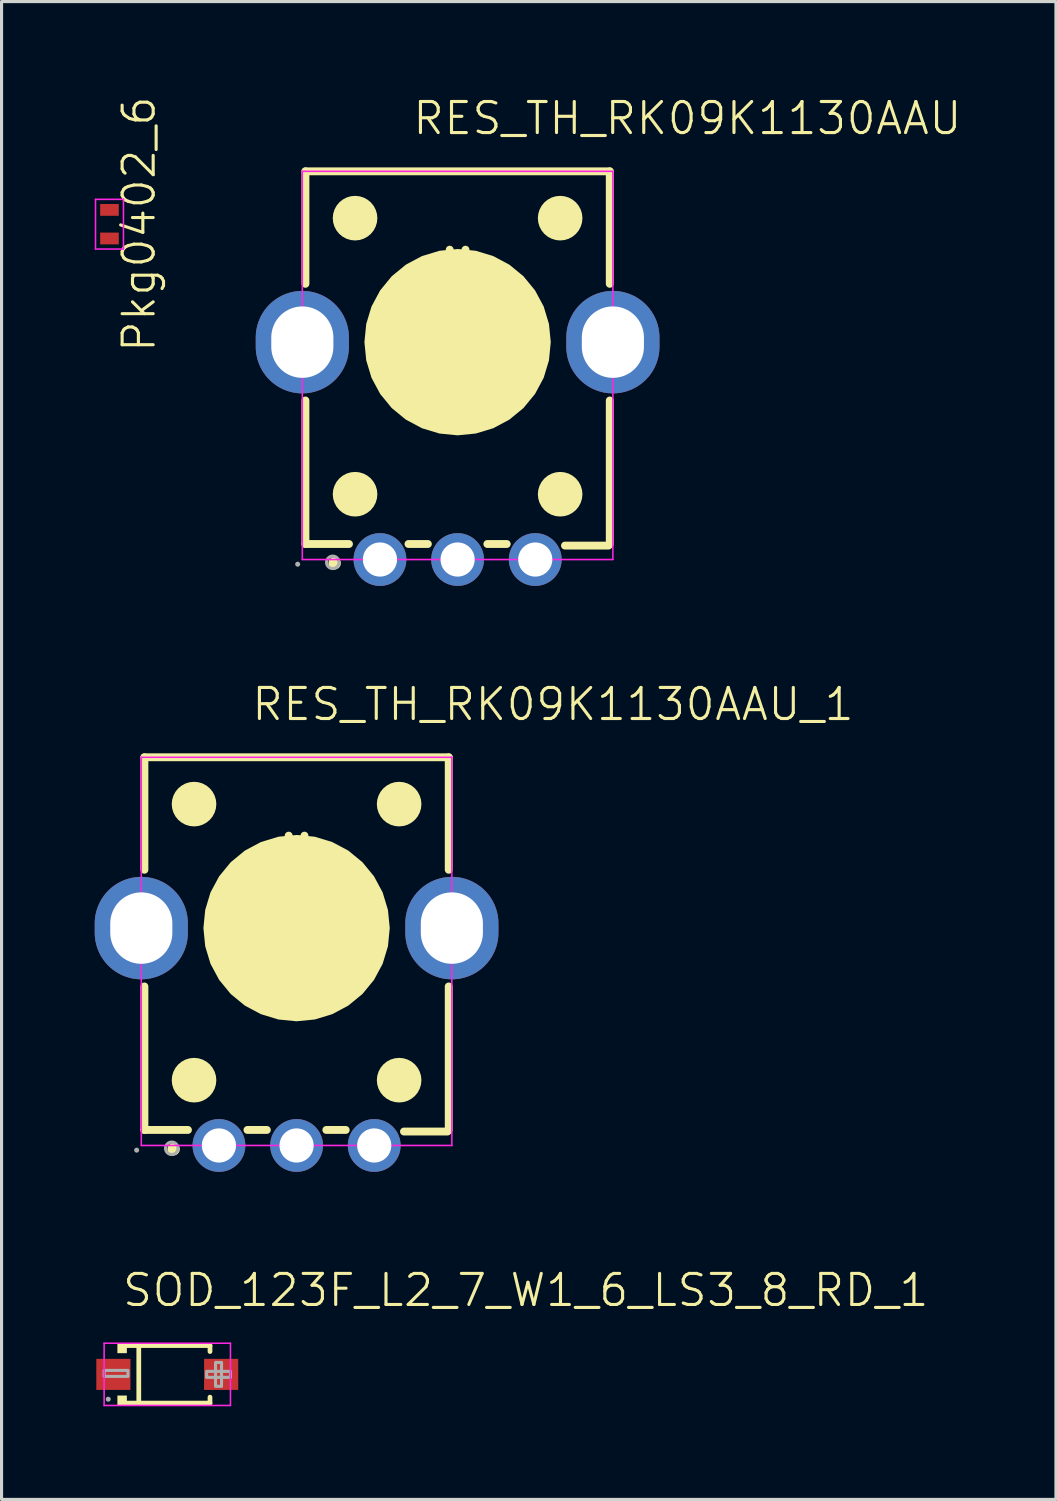
<source format=kicad_pcb>
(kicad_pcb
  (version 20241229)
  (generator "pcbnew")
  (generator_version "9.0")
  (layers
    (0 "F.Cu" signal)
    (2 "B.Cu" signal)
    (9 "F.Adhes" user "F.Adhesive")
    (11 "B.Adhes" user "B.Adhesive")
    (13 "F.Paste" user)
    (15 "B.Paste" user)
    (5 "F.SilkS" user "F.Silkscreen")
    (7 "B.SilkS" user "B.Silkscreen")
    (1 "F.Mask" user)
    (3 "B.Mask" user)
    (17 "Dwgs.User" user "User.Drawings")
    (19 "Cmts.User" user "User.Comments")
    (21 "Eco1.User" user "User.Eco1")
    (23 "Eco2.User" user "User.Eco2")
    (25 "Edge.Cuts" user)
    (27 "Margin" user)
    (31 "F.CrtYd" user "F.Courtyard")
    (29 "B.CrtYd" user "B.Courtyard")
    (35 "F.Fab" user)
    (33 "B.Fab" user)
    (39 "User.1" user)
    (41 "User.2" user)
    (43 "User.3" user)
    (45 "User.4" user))
  (footprint "SOD_123F_L2_7_W1_6_LS3_8_RD_1"
    (layer "F.Cu")
    (at 2.337 41.205)
    (property "Reference" "SOD_123F_L2_7_W1_6_LS3_8_RD_1" (at -1.5 -2.708 0) (layer "F.SilkS") (effects (font (size 1 1) (thickness 0.1)) (justify left)))
    (fp_line (start -1.377 -0.926) (end 1.375 -0.926) (stroke (width 0.152) (type solid)) (layer "F.SilkS"))
    (fp_line (start -1.377 0.926) (end 1.375 0.926) (stroke (width 0.152) (type solid)) (layer "F.SilkS"))
    (fp_line (start -0.918 -0.876) (end -0.918 0.876) (stroke (width 0.152) (type solid)) (layer "F.SilkS"))
    (fp_line (start 1.375 -0.926) (end 1.375 -0.734) (stroke (width 0.152) (type solid)) (layer "F.SilkS"))
    (fp_line (start 1.375 0.926) (end 1.375 0.734) (stroke (width 0.152) (type solid)) (layer "F.SilkS"))
    (fp_poly (pts (xy -1.302 -1.002) (xy -1.302 -0.682) (xy -1.607 -0.682) (xy -1.607 -1.002)) (stroke (width 0) (type solid)) (fill yes) (layer "F.SilkS"))
    (fp_poly (pts (xy -1.302 1.002) (xy -1.302 0.682) (xy -1.607 0.682) (xy -1.607 1.002)) (stroke (width 0) (type solid)) (fill yes) (layer "F.SilkS"))
    (fp_line (start -2.034 -1.002) (end -2.034 1.002) (stroke (width 0.05) (type solid)) (layer "F.CrtYd"))
    (fp_line (start -2.034 1.002) (end 2.034 1.002) (stroke (width 0.05) (type solid)) (layer "F.CrtYd"))
    (fp_line (start 2.034 -1.002) (end -2.034 -1.002) (stroke (width 0.05) (type solid)) (layer "F.CrtYd"))
    (fp_line (start 2.034 1.002) (end 2.034 -1.002) (stroke (width 0.05) (type solid)) (layer "F.CrtYd"))
    (fp_poly (pts (xy -2.034 -0.127) (xy -2.034 0.066) (xy -1.266 0.066) (xy -1.266 -0.127)) (stroke (width 0.1) (type solid)) (fill no) (layer "F.Fab"))
    (fp_poly (pts (xy 1.746 0.385) (xy 1.554 0.385) (xy 1.554 -0.384) (xy 1.746 -0.384)) (stroke (width 0.1) (type solid)) (fill no) (layer "F.Fab"))
    (fp_poly (pts (xy 2.034 -0.096) (xy 2.034 0.097) (xy 1.266 0.097) (xy 1.266 -0.096)) (stroke (width 0.1) (type solid)) (fill no) (layer "F.Fab"))
    (fp_poly (pts (xy -1.871 0.8) (xy -1.872 0.795) (xy -1.874 0.789) (xy -1.877 0.784) (xy -1.88 0.779) (xy -1.885 0.776) (xy -1.89 0.773) (xy -1.896 0.771) (xy -1.901 0.77) (xy -1.907 0.771) (xy -1.913 0.773) (xy -1.918 0.776) (xy -1.923 0.779) (xy -1.926 0.784) (xy -1.929 0.789) (xy -1.931 0.795) (xy -1.931 0.8) (xy -1.931 0.806) (xy -1.929 0.812) (xy -1.926 0.817) (xy -1.923 0.822) (xy -1.918 0.825) (xy -1.913 0.828) (xy -1.907 0.83) (xy -1.901 0.831) (xy -1.896 0.83) (xy -1.89 0.828) (xy -1.885 0.825) (xy -1.88 0.822) (xy -1.877 0.817) (xy -1.874 0.812) (xy -1.872 0.806)) (stroke (width 0.1) (type solid)) (fill no) (layer "F.Fab"))
    (pad "" smd rect (at -1.736 0.001) (size 1.202 1.102) (layers "F.Mask"))
    (pad "" smd rect (at 1.734 0.001) (size 1.202 1.102) (layers "F.Mask"))
    (pad "1" smd rect (at -1.736 0.001) (size 1.1 1) (layers "F.Cu" "F.Paste"))
    (pad "2" smd rect (at 1.734 0.001) (size 1.1 1) (layers "F.Cu" "F.Paste")))
  (footprint "RES_TH_RK09K1130AAU"
    (layer "F.Cu")
    (at 11.685 8.717)
    (property "Reference" "RES_TH_RK09K1130AAU" (at -1.5 -7.956 0) (layer "F.SilkS") (effects (font (size 1 1) (thickness 0.1)) (justify left)))
    (fp_line (start -4.9 -6.25) (end 4.9 -6.25) (stroke (width 0.254) (type solid)) (layer "F.SilkS"))
    (fp_line (start -4.9 -6.25) (end -4.9 -2.628) (stroke (width 0.254) (type solid)) (layer "F.SilkS"))
    (fp_line (start -4.9 1.129) (end -4.9 5.75) (stroke (width 0.254) (type solid)) (layer "F.SilkS"))
    (fp_line (start -4.9 5.75) (end -3.498 5.75) (stroke (width 0.254) (type solid)) (layer "F.SilkS"))
    (fp_line (start -1.582 5.75) (end -0.958 5.75) (stroke (width 0.254) (type solid)) (layer "F.SilkS"))
    (fp_line (start -0.254 -3.727) (end -0.254 -2.203) (stroke (width 0.254) (type solid)) (layer "F.SilkS"))
    (fp_line (start -0.254 -2.203) (end 0.254 -2.203) (stroke (width 0.254) (type solid)) (layer "F.SilkS"))
    (fp_line (start 0.254 -2.203) (end 0.254 -3.727) (stroke (width 0.254) (type solid)) (layer "F.SilkS"))
    (fp_line (start 0.958 5.75) (end 1.582 5.75) (stroke (width 0.254) (type solid)) (layer "F.SilkS"))
    (fp_line (start 4.86 5.801) (end 3.458 5.801) (stroke (width 0.254) (type solid)) (layer "F.SilkS"))
    (fp_line (start 4.9 -6.25) (end 4.9 -2.628) (stroke (width 0.254) (type solid)) (layer "F.SilkS"))
    (fp_line (start 4.9 1.129) (end 4.9 5.75) (stroke (width 0.254) (type solid)) (layer "F.SilkS"))
    (fp_poly (pts (xy -3.76 6.37) (xy -3.764 6.331) (xy -3.775 6.294) (xy -3.794 6.259) (xy -3.819 6.229) (xy -3.849 6.204) (xy -3.883 6.186) (xy -3.921 6.174) (xy -3.96 6.17) (xy -3.999 6.174) (xy -4.037 6.186) (xy -4.071 6.204) (xy -4.101 6.229) (xy -4.126 6.259) (xy -4.145 6.294) (xy -4.156 6.331) (xy -4.16 6.37) (xy -4.156 6.41) (xy -4.145 6.447) (xy -4.126 6.482) (xy -4.101 6.512) (xy -4.071 6.537) (xy -4.037 6.555) (xy -3.999 6.567) (xy -3.96 6.571) (xy -3.921 6.567) (xy -3.883 6.555) (xy -3.849 6.537) (xy -3.819 6.512) (xy -3.794 6.482) (xy -3.775 6.447) (xy -3.764 6.41)) (stroke (width 0) (type solid)) (fill yes) (layer "F.SilkS"))
    (fp_poly (pts (xy -2.584 -4.742) (xy -2.598 -4.883) (xy -2.639 -5.017) (xy -2.705 -5.141) (xy -2.794 -5.25) (xy -2.903 -5.339) (xy -3.027 -5.406) (xy -3.162 -5.447) (xy -3.302 -5.46) (xy -3.442 -5.447) (xy -3.577 -5.406) (xy -3.701 -5.339) (xy -3.81 -5.25) (xy -3.899 -5.141) (xy -3.965 -5.017) (xy -4.006 -4.883) (xy -4.02 -4.742) (xy -4.006 -4.602) (xy -3.965 -4.468) (xy -3.899 -4.344) (xy -3.81 -4.235) (xy -3.701 -4.146) (xy -3.577 -4.079) (xy -3.442 -4.038) (xy -3.302 -4.024) (xy -3.162 -4.038) (xy -3.027 -4.079) (xy -2.903 -4.146) (xy -2.794 -4.235) (xy -2.705 -4.344) (xy -2.639 -4.468) (xy -2.598 -4.602)) (stroke (width 0) (type solid)) (fill yes) (layer "F.SilkS"))
    (fp_poly (pts (xy -2.584 4.147) (xy -2.598 4.007) (xy -2.639 3.873) (xy -2.705 3.749) (xy -2.794 3.64) (xy -2.903 3.551) (xy -3.027 3.484) (xy -3.162 3.443) (xy -3.302 3.429) (xy -3.442 3.443) (xy -3.577 3.484) (xy -3.701 3.551) (xy -3.81 3.64) (xy -3.899 3.749) (xy -3.965 3.873) (xy -4.006 4.007) (xy -4.02 4.147) (xy -4.006 4.288) (xy -3.965 4.422) (xy -3.899 4.546) (xy -3.81 4.655) (xy -3.701 4.744) (xy -3.577 4.811) (xy -3.442 4.852) (xy -3.302 4.865) (xy -3.162 4.852) (xy -3.027 4.811) (xy -2.903 4.744) (xy -2.794 4.655) (xy -2.705 4.546) (xy -2.639 4.422) (xy -2.598 4.288)) (stroke (width 0) (type solid)) (fill yes) (layer "F.SilkS"))
    (fp_poly (pts (xy 3 -0.75) (xy 2.942 -1.335) (xy 2.772 -1.898) (xy 2.494 -2.416) (xy 2.121 -2.871) (xy 1.667 -3.244) (xy 1.148 -3.521) (xy 0.585 -3.692) (xy 0 -3.749) (xy -0.585 -3.692) (xy -1.148 -3.521) (xy -1.667 -3.244) (xy -2.121 -2.871) (xy -2.494 -2.416) (xy -2.772 -1.898) (xy -2.942 -1.335) (xy -3 -0.75) (xy -2.942 -0.164) (xy -2.772 0.399) (xy -2.494 0.917) (xy -2.121 1.372) (xy -1.667 1.745) (xy -1.148 2.022) (xy -0.585 2.193) (xy 0 2.251) (xy 0.585 2.193) (xy 1.148 2.022) (xy 1.667 1.745) (xy 2.121 1.372) (xy 2.494 0.917) (xy 2.772 0.399) (xy 2.942 -0.164)) (stroke (width 0) (type solid)) (fill yes) (layer "F.SilkS"))
    (fp_poly (pts (xy 4.02 -4.742) (xy 4.006 -4.883) (xy 3.965 -5.017) (xy 3.899 -5.141) (xy 3.81 -5.25) (xy 3.701 -5.339) (xy 3.577 -5.406) (xy 3.442 -5.447) (xy 3.302 -5.46) (xy 3.162 -5.447) (xy 3.027 -5.406) (xy 2.903 -5.339) (xy 2.794 -5.25) (xy 2.705 -5.141) (xy 2.639 -5.017) (xy 2.598 -4.883) (xy 2.584 -4.742) (xy 2.598 -4.602) (xy 2.639 -4.468) (xy 2.705 -4.344) (xy 2.794 -4.235) (xy 2.903 -4.146) (xy 3.027 -4.079) (xy 3.162 -4.038) (xy 3.302 -4.024) (xy 3.442 -4.038) (xy 3.577 -4.079) (xy 3.701 -4.146) (xy 3.81 -4.235) (xy 3.899 -4.344) (xy 3.965 -4.468) (xy 4.006 -4.602)) (stroke (width 0) (type solid)) (fill yes) (layer "F.SilkS"))
    (fp_poly (pts (xy 4.02 4.147) (xy 4.006 4.007) (xy 3.965 3.873) (xy 3.899 3.749) (xy 3.81 3.64) (xy 3.701 3.551) (xy 3.577 3.484) (xy 3.442 3.443) (xy 3.302 3.429) (xy 3.162 3.443) (xy 3.027 3.484) (xy 2.903 3.551) (xy 2.794 3.64) (xy 2.705 3.749) (xy 2.639 3.873) (xy 2.598 4.007) (xy 2.584 4.147) (xy 2.598 4.288) (xy 2.639 4.422) (xy 2.705 4.546) (xy 2.794 4.655) (xy 2.903 4.744) (xy 3.027 4.811) (xy 3.162 4.852) (xy 3.302 4.865) (xy 3.442 4.852) (xy 3.577 4.811) (xy 3.701 4.744) (xy 3.81 4.655) (xy 3.899 4.546) (xy 3.965 4.422) (xy 4.006 4.288)) (stroke (width 0) (type solid)) (fill yes) (layer "F.SilkS"))
    (fp_line (start -5 -6.25) (end -5 6.25) (stroke (width 0.05) (type solid)) (layer "F.CrtYd"))
    (fp_line (start -5 6.25) (end 5 6.25) (stroke (width 0.05) (type solid)) (layer "F.CrtYd"))
    (fp_line (start 5 -6.25) (end -5 -6.25) (stroke (width 0.05) (type solid)) (layer "F.CrtYd"))
    (fp_line (start 5 6.25) (end 5 -6.25) (stroke (width 0.05) (type solid)) (layer "F.CrtYd"))
    (fp_poly (pts (xy -5.12 6.401) (xy -5.121 6.395) (xy -5.122 6.389) (xy -5.125 6.384) (xy -5.129 6.379) (xy -5.133 6.376) (xy -5.139 6.373) (xy -5.144 6.371) (xy -5.15 6.37) (xy -5.156 6.371) (xy -5.161 6.373) (xy -5.167 6.376) (xy -5.171 6.379) (xy -5.175 6.384) (xy -5.178 6.389) (xy -5.179 6.395) (xy -5.18 6.401) (xy -5.179 6.406) (xy -5.178 6.412) (xy -5.175 6.417) (xy -5.171 6.422) (xy -5.167 6.425) (xy -5.161 6.428) (xy -5.156 6.43) (xy -5.15 6.431) (xy -5.144 6.43) (xy -5.139 6.428) (xy -5.133 6.425) (xy -5.129 6.422) (xy -5.125 6.417) (xy -5.122 6.412) (xy -5.121 6.406)) (stroke (width 0.1) (type solid)) (fill no) (layer "F.Fab"))
    (fp_poly (pts (xy -3.82 6.34) (xy -3.824 6.301) (xy -3.835 6.264) (xy -3.854 6.229) (xy -3.879 6.199) (xy -3.909 6.174) (xy -3.943 6.156) (xy -3.981 6.144) (xy -4.02 6.141) (xy -4.059 6.144) (xy -4.097 6.156) (xy -4.131 6.174) (xy -4.161 6.199) (xy -4.186 6.229) (xy -4.205 6.264) (xy -4.216 6.301) (xy -4.22 6.34) (xy -4.216 6.38) (xy -4.205 6.417) (xy -4.186 6.452) (xy -4.161 6.482) (xy -4.131 6.507) (xy -4.097 6.525) (xy -4.059 6.537) (xy -4.02 6.54) (xy -3.981 6.537) (xy -3.943 6.525) (xy -3.909 6.507) (xy -3.879 6.482) (xy -3.854 6.452) (xy -3.835 6.417) (xy -3.824 6.38)) (stroke (width 0.1) (type solid)) (fill no) (layer "F.Fab"))
    (pad "" smd circle (at -2.5 6.25) (size 1.802 1.802) (layers "*.Mask"))
    (pad "" smd circle (at 0 6.25) (size 1.802 1.802) (layers "*.Mask"))
    (pad "" smd circle (at 2.5 6.25) (size 1.802 1.802) (layers "*.Mask"))
    (pad "1" thru_hole circle (at -2.5 6.25) (size 1.7 1.7) (drill 1.1) (layers "*.Cu"))
    (pad "2" thru_hole circle (at 0 6.25) (size 1.7 1.7) (drill 1.1) (layers "*.Cu"))
    (pad "3" thru_hole circle (at 2.5 6.25) (size 1.7 1.7) (drill 1.1) (layers "*.Cu"))
    (pad "4" thru_hole oval (at 5 -0.75) (size 3 3.3) (drill oval 2 2.3) (layers "*.Cu" "*.Mask"))
    (pad "5" thru_hole oval (at -5 -0.75) (size 3 3.3) (drill oval 2 2.3) (layers "*.Cu" "*.Mask")))
  (footprint "Pkg0402_6"
    (layer "F.Cu")
    (at 0.475 4.169)
    (property "Reference" "Pkg0402_6" (at 0.95 0 90) (layer "F.SilkS") (effects (font (size 1 1) (thickness 0.1))))
    (fp_line (start -0.45 -0.8) (end -0.45 0.8) (stroke (width 0.05) (type solid)) (layer "F.CrtYd"))
    (fp_line (start -0.45 0.8) (end 0.45 0.8) (stroke (width 0.05) (type solid)) (layer "F.CrtYd"))
    (fp_line (start 0.45 -0.8) (end -0.45 -0.8) (stroke (width 0.05) (type solid)) (layer "F.CrtYd"))
    (fp_line (start 0.45 0.8) (end 0.45 -0.8) (stroke (width 0.05) (type solid)) (layer "F.CrtYd"))
    (pad "" smd rect (at 0 -0.46) (size 0.7 0.48) (layers "F.Mask"))
    (pad "" smd rect (at 0 0.46) (size 0.7 0.48) (layers "F.Mask"))
    (pad "1" smd rect (at 0 -0.46) (size 0.6 0.38) (layers "F.Cu" "F.Paste"))
    (pad "2" smd rect (at 0 0.46) (size 0.6 0.38) (layers "F.Cu" "F.Paste")))
  (footprint "RES_TH_RK09K1130AAU_1"
    (layer "F.Cu")
    (at 6.5 27.585)
    (property "Reference" "RES_TH_RK09K1130AAU_1" (at -1.5 -7.956 0) (layer "F.SilkS") (effects (font (size 1 1) (thickness 0.1)) (justify left)))
    (fp_line (start -4.9 -6.25) (end 4.9 -6.25) (stroke (width 0.254) (type solid)) (layer "F.SilkS"))
    (fp_line (start -4.9 -6.25) (end -4.9 -2.628) (stroke (width 0.254) (type solid)) (layer "F.SilkS"))
    (fp_line (start -4.9 1.129) (end -4.9 5.75) (stroke (width 0.254) (type solid)) (layer "F.SilkS"))
    (fp_line (start -4.9 5.75) (end -3.498 5.75) (stroke (width 0.254) (type solid)) (layer "F.SilkS"))
    (fp_line (start -1.582 5.75) (end -0.958 5.75) (stroke (width 0.254) (type solid)) (layer "F.SilkS"))
    (fp_line (start -0.254 -3.727) (end -0.254 -2.203) (stroke (width 0.254) (type solid)) (layer "F.SilkS"))
    (fp_line (start -0.254 -2.203) (end 0.254 -2.203) (stroke (width 0.254) (type solid)) (layer "F.SilkS"))
    (fp_line (start 0.254 -2.203) (end 0.254 -3.727) (stroke (width 0.254) (type solid)) (layer "F.SilkS"))
    (fp_line (start 0.958 5.75) (end 1.582 5.75) (stroke (width 0.254) (type solid)) (layer "F.SilkS"))
    (fp_line (start 4.86 5.801) (end 3.458 5.801) (stroke (width 0.254) (type solid)) (layer "F.SilkS"))
    (fp_line (start 4.9 -6.25) (end 4.9 -2.628) (stroke (width 0.254) (type solid)) (layer "F.SilkS"))
    (fp_line (start 4.9 1.129) (end 4.9 5.75) (stroke (width 0.254) (type solid)) (layer "F.SilkS"))
    (fp_poly (pts (xy -3.76 6.37) (xy -3.764 6.331) (xy -3.775 6.294) (xy -3.794 6.259) (xy -3.819 6.229) (xy -3.849 6.204) (xy -3.883 6.186) (xy -3.921 6.174) (xy -3.96 6.17) (xy -3.999 6.174) (xy -4.037 6.186) (xy -4.071 6.204) (xy -4.101 6.229) (xy -4.126 6.259) (xy -4.145 6.294) (xy -4.156 6.331) (xy -4.16 6.37) (xy -4.156 6.41) (xy -4.145 6.447) (xy -4.126 6.482) (xy -4.101 6.512) (xy -4.071 6.537) (xy -4.037 6.555) (xy -3.999 6.567) (xy -3.96 6.571) (xy -3.921 6.567) (xy -3.883 6.555) (xy -3.849 6.537) (xy -3.819 6.512) (xy -3.794 6.482) (xy -3.775 6.447) (xy -3.764 6.41)) (stroke (width 0) (type solid)) (fill yes) (layer "F.SilkS"))
    (fp_poly (pts (xy -2.584 -4.742) (xy -2.598 -4.883) (xy -2.639 -5.017) (xy -2.705 -5.141) (xy -2.794 -5.25) (xy -2.903 -5.339) (xy -3.027 -5.406) (xy -3.162 -5.447) (xy -3.302 -5.46) (xy -3.442 -5.447) (xy -3.577 -5.406) (xy -3.701 -5.339) (xy -3.81 -5.25) (xy -3.899 -5.141) (xy -3.965 -5.017) (xy -4.006 -4.883) (xy -4.02 -4.742) (xy -4.006 -4.602) (xy -3.965 -4.468) (xy -3.899 -4.344) (xy -3.81 -4.235) (xy -3.701 -4.146) (xy -3.577 -4.079) (xy -3.442 -4.038) (xy -3.302 -4.024) (xy -3.162 -4.038) (xy -3.027 -4.079) (xy -2.903 -4.146) (xy -2.794 -4.235) (xy -2.705 -4.344) (xy -2.639 -4.468) (xy -2.598 -4.602)) (stroke (width 0) (type solid)) (fill yes) (layer "F.SilkS"))
    (fp_poly (pts (xy -2.584 4.147) (xy -2.598 4.007) (xy -2.639 3.873) (xy -2.705 3.749) (xy -2.794 3.64) (xy -2.903 3.551) (xy -3.027 3.484) (xy -3.162 3.443) (xy -3.302 3.429) (xy -3.442 3.443) (xy -3.577 3.484) (xy -3.701 3.551) (xy -3.81 3.64) (xy -3.899 3.749) (xy -3.965 3.873) (xy -4.006 4.007) (xy -4.02 4.147) (xy -4.006 4.288) (xy -3.965 4.422) (xy -3.899 4.546) (xy -3.81 4.655) (xy -3.701 4.744) (xy -3.577 4.811) (xy -3.442 4.852) (xy -3.302 4.865) (xy -3.162 4.852) (xy -3.027 4.811) (xy -2.903 4.744) (xy -2.794 4.655) (xy -2.705 4.546) (xy -2.639 4.422) (xy -2.598 4.288)) (stroke (width 0) (type solid)) (fill yes) (layer "F.SilkS"))
    (fp_poly (pts (xy 3 -0.75) (xy 2.942 -1.335) (xy 2.772 -1.898) (xy 2.494 -2.416) (xy 2.121 -2.871) (xy 1.667 -3.244) (xy 1.148 -3.521) (xy 0.585 -3.692) (xy 0 -3.749) (xy -0.585 -3.692) (xy -1.148 -3.521) (xy -1.667 -3.244) (xy -2.121 -2.871) (xy -2.494 -2.416) (xy -2.772 -1.898) (xy -2.942 -1.335) (xy -3 -0.75) (xy -2.942 -0.164) (xy -2.772 0.399) (xy -2.494 0.917) (xy -2.121 1.372) (xy -1.667 1.745) (xy -1.148 2.022) (xy -0.585 2.193) (xy 0 2.251) (xy 0.585 2.193) (xy 1.148 2.022) (xy 1.667 1.745) (xy 2.121 1.372) (xy 2.494 0.917) (xy 2.772 0.399) (xy 2.942 -0.164)) (stroke (width 0) (type solid)) (fill yes) (layer "F.SilkS"))
    (fp_poly (pts (xy 4.02 -4.742) (xy 4.006 -4.883) (xy 3.965 -5.017) (xy 3.899 -5.141) (xy 3.81 -5.25) (xy 3.701 -5.339) (xy 3.577 -5.406) (xy 3.442 -5.447) (xy 3.302 -5.46) (xy 3.162 -5.447) (xy 3.027 -5.406) (xy 2.903 -5.339) (xy 2.794 -5.25) (xy 2.705 -5.141) (xy 2.639 -5.017) (xy 2.598 -4.883) (xy 2.584 -4.742) (xy 2.598 -4.602) (xy 2.639 -4.468) (xy 2.705 -4.344) (xy 2.794 -4.235) (xy 2.903 -4.146) (xy 3.027 -4.079) (xy 3.162 -4.038) (xy 3.302 -4.024) (xy 3.442 -4.038) (xy 3.577 -4.079) (xy 3.701 -4.146) (xy 3.81 -4.235) (xy 3.899 -4.344) (xy 3.965 -4.468) (xy 4.006 -4.602)) (stroke (width 0) (type solid)) (fill yes) (layer "F.SilkS"))
    (fp_poly (pts (xy 4.02 4.147) (xy 4.006 4.007) (xy 3.965 3.873) (xy 3.899 3.749) (xy 3.81 3.64) (xy 3.701 3.551) (xy 3.577 3.484) (xy 3.442 3.443) (xy 3.302 3.429) (xy 3.162 3.443) (xy 3.027 3.484) (xy 2.903 3.551) (xy 2.794 3.64) (xy 2.705 3.749) (xy 2.639 3.873) (xy 2.598 4.007) (xy 2.584 4.147) (xy 2.598 4.288) (xy 2.639 4.422) (xy 2.705 4.546) (xy 2.794 4.655) (xy 2.903 4.744) (xy 3.027 4.811) (xy 3.162 4.852) (xy 3.302 4.865) (xy 3.442 4.852) (xy 3.577 4.811) (xy 3.701 4.744) (xy 3.81 4.655) (xy 3.899 4.546) (xy 3.965 4.422) (xy 4.006 4.288)) (stroke (width 0) (type solid)) (fill yes) (layer "F.SilkS"))
    (fp_line (start -5 -6.25) (end -5 6.25) (stroke (width 0.05) (type solid)) (layer "F.CrtYd"))
    (fp_line (start -5 6.25) (end 5 6.25) (stroke (width 0.05) (type solid)) (layer "F.CrtYd"))
    (fp_line (start 5 -6.25) (end -5 -6.25) (stroke (width 0.05) (type solid)) (layer "F.CrtYd"))
    (fp_line (start 5 6.25) (end 5 -6.25) (stroke (width 0.05) (type solid)) (layer "F.CrtYd"))
    (fp_poly (pts (xy -5.12 6.401) (xy -5.121 6.395) (xy -5.122 6.389) (xy -5.125 6.384) (xy -5.129 6.379) (xy -5.133 6.376) (xy -5.139 6.373) (xy -5.144 6.371) (xy -5.15 6.37) (xy -5.156 6.371) (xy -5.161 6.373) (xy -5.167 6.376) (xy -5.171 6.379) (xy -5.175 6.384) (xy -5.178 6.389) (xy -5.179 6.395) (xy -5.18 6.401) (xy -5.179 6.406) (xy -5.178 6.412) (xy -5.175 6.417) (xy -5.171 6.422) (xy -5.167 6.425) (xy -5.161 6.428) (xy -5.156 6.43) (xy -5.15 6.431) (xy -5.144 6.43) (xy -5.139 6.428) (xy -5.133 6.425) (xy -5.129 6.422) (xy -5.125 6.417) (xy -5.122 6.412) (xy -5.121 6.406)) (stroke (width 0.1) (type solid)) (fill no) (layer "F.Fab"))
    (fp_poly (pts (xy -3.82 6.34) (xy -3.824 6.301) (xy -3.835 6.264) (xy -3.854 6.229) (xy -3.879 6.199) (xy -3.909 6.174) (xy -3.943 6.156) (xy -3.981 6.144) (xy -4.02 6.141) (xy -4.059 6.144) (xy -4.097 6.156) (xy -4.131 6.174) (xy -4.161 6.199) (xy -4.186 6.229) (xy -4.205 6.264) (xy -4.216 6.301) (xy -4.22 6.34) (xy -4.216 6.38) (xy -4.205 6.417) (xy -4.186 6.452) (xy -4.161 6.482) (xy -4.131 6.507) (xy -4.097 6.525) (xy -4.059 6.537) (xy -4.02 6.54) (xy -3.981 6.537) (xy -3.943 6.525) (xy -3.909 6.507) (xy -3.879 6.482) (xy -3.854 6.452) (xy -3.835 6.417) (xy -3.824 6.38)) (stroke (width 0.1) (type solid)) (fill no) (layer "F.Fab"))
    (pad "" smd circle (at -2.5 6.25) (size 1.802 1.802) (layers "*.Mask"))
    (pad "" smd circle (at 0 6.25) (size 1.802 1.802) (layers "*.Mask"))
    (pad "" smd circle (at 2.5 6.25) (size 1.802 1.802) (layers "*.Mask"))
    (pad "1" thru_hole circle (at -2.5 6.25) (size 1.7 1.7) (drill 1.1) (layers "*.Cu"))
    (pad "2" thru_hole circle (at 0 6.25) (size 1.7 1.7) (drill 1.1) (layers "*.Cu"))
    (pad "3" thru_hole circle (at 2.5 6.25) (size 1.7 1.7) (drill 1.1) (layers "*.Cu"))
    (pad "4" thru_hole oval (at 5 -0.75) (size 3 3.3) (drill oval 2 2.3) (layers "*.Cu" "*.Mask"))
    (pad "5" thru_hole oval (at -5 -0.75) (size 3 3.3) (drill oval 2 2.3) (layers "*.Cu" "*.Mask")))
  (gr_rect
    (start -3 -3)
    (end 30.952 45.232)
    (stroke (width 0.1) (type default))
    (fill no)
    (layer "Edge.Cuts")))
</source>
